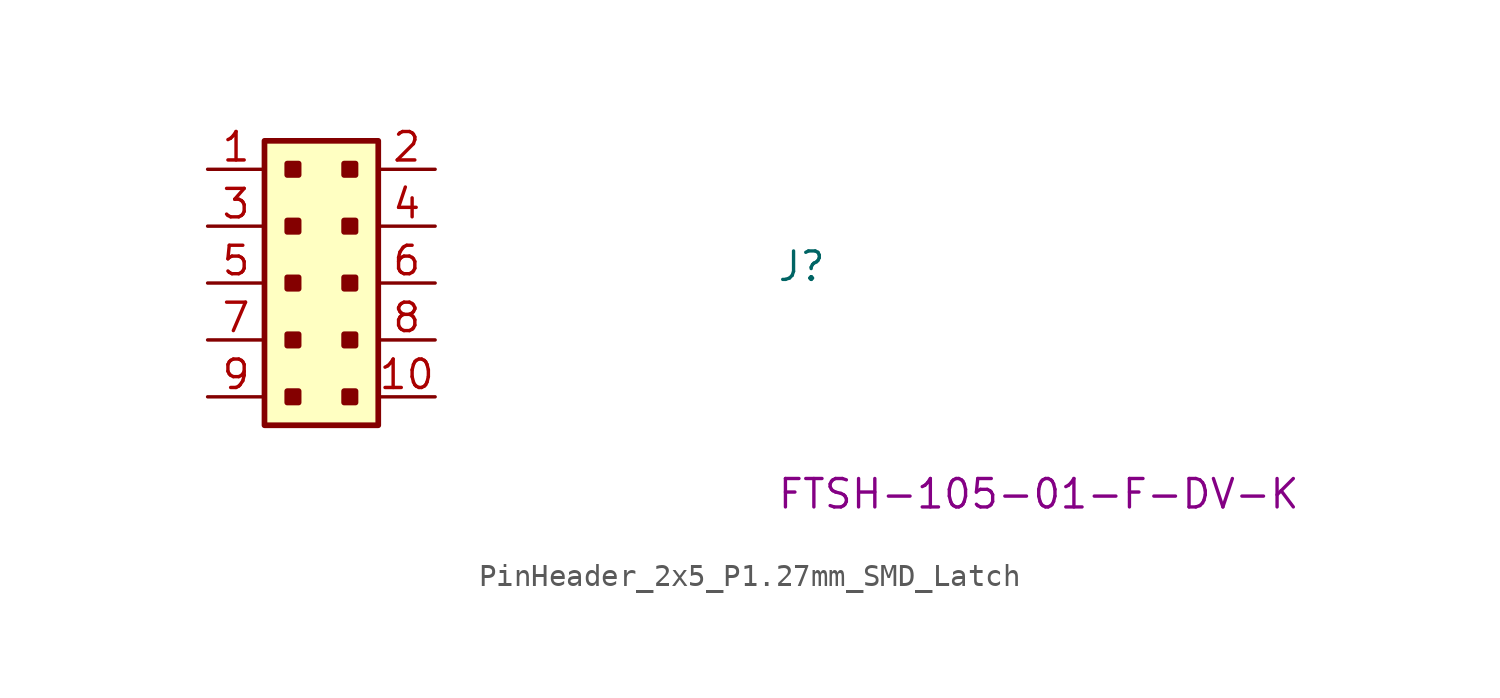
<source format=kicad_sym>
(kicad_symbol_lib
  (version 20220914)
  (generator kicad_symbol_editor)
  (symbol "PinHeader_2x5_P1.27mm_SMD_Latch"
    (property "Reference" "J"
      (at 25.4 -5.08 0)
      (effects (font (size 1.27 1.27) (thickness 0.15)) (justify left bottom)))
    (property "MPN" "FTSH-105-01-F-DV-K"
      (at 25.4 -15.24 0)
      (effects (font (size 1.27 1.27) (thickness 0.15)) (justify left bottom)))
    (symbol "PinHeader_2x5_P1.27mm_SMD_Latch_1_1"
      (rectangle (start 2.54 1.27) (end 7.62 -11.43) (stroke (width 0.254) (type default)) (fill (type background)))
      (rectangle (start 3.556 -9.906) (end 4.064 -10.414) (stroke (width 0.254) (type default)) (fill (type outline)))
      (rectangle (start 3.556 -7.366) (end 4.064 -7.874) (stroke (width 0.254) (type default)) (fill (type outline)))
      (rectangle (start 3.556 -4.826) (end 4.064 -5.334) (stroke (width 0.254) (type default)) (fill (type outline)))
      (rectangle (start 3.556 -2.286) (end 4.064 -2.794) (stroke (width 0.254) (type default)) (fill (type outline)))
      (rectangle (start 3.556 0.254) (end 4.064 -0.254) (stroke (width 0.254) (type default)) (fill (type outline)))
      (rectangle (start 6.096 -9.906) (end 6.604 -10.414) (stroke (width 0.254) (type default)) (fill (type outline)))
      (rectangle (start 6.096 -7.366) (end 6.604 -7.874) (stroke (width 0.254) (type default)) (fill (type outline)))
      (rectangle (start 6.096 -4.826) (end 6.604 -5.334) (stroke (width 0.254) (type default)) (fill (type outline)))
      (rectangle (start 6.096 -2.286) (end 6.604 -2.794) (stroke (width 0.254) (type default)) (fill (type outline)))
      (rectangle (start 6.096 0.254) (end 6.604 -0.254) (stroke (width 0.254) (type default)) (fill (type outline)))
      (pin passive line (at 0 0 0) (length 2.54) (name "~" (effects (font (size 1.27 1.27)))) (number "1" (effects (font (size 1.27 1.27)))))
      (pin passive line (at 10.16 -10.16 180) (length 2.54) (name "~" (effects (font (size 1.27 1.27)))) (number "10" (effects (font (size 1.27 1.27)))))
      (pin passive line (at 10.16 0 180) (length 2.54) (name "~" (effects (font (size 1.27 1.27)))) (number "2" (effects (font (size 1.27 1.27)))))
      (pin passive line (at 0 -2.54 0) (length 2.54) (name "~" (effects (font (size 1.27 1.27)))) (number "3" (effects (font (size 1.27 1.27)))))
      (pin passive line (at 10.16 -2.54 180) (length 2.54) (name "~" (effects (font (size 1.27 1.27)))) (number "4" (effects (font (size 1.27 1.27)))))
      (pin passive line (at 0 -5.08 0) (length 2.54) (name "~" (effects (font (size 1.27 1.27)))) (number "5" (effects (font (size 1.27 1.27)))))
      (pin passive line (at 10.16 -5.08 180) (length 2.54) (name "~" (effects (font (size 1.27 1.27)))) (number "6" (effects (font (size 1.27 1.27)))))
      (pin passive line (at 0 -7.62 0) (length 2.54) (name "~" (effects (font (size 1.27 1.27)))) (number "7" (effects (font (size 1.27 1.27)))))
      (pin passive line (at 10.16 -7.62 180) (length 2.54) (name "~" (effects (font (size 1.27 1.27)))) (number "8" (effects (font (size 1.27 1.27)))))
      (pin passive line (at 0 -10.16 0) (length 2.54) (name "~" (effects (font (size 1.27 1.27)))) (number "9" (effects (font (size 1.27 1.27))))))))
</source>
